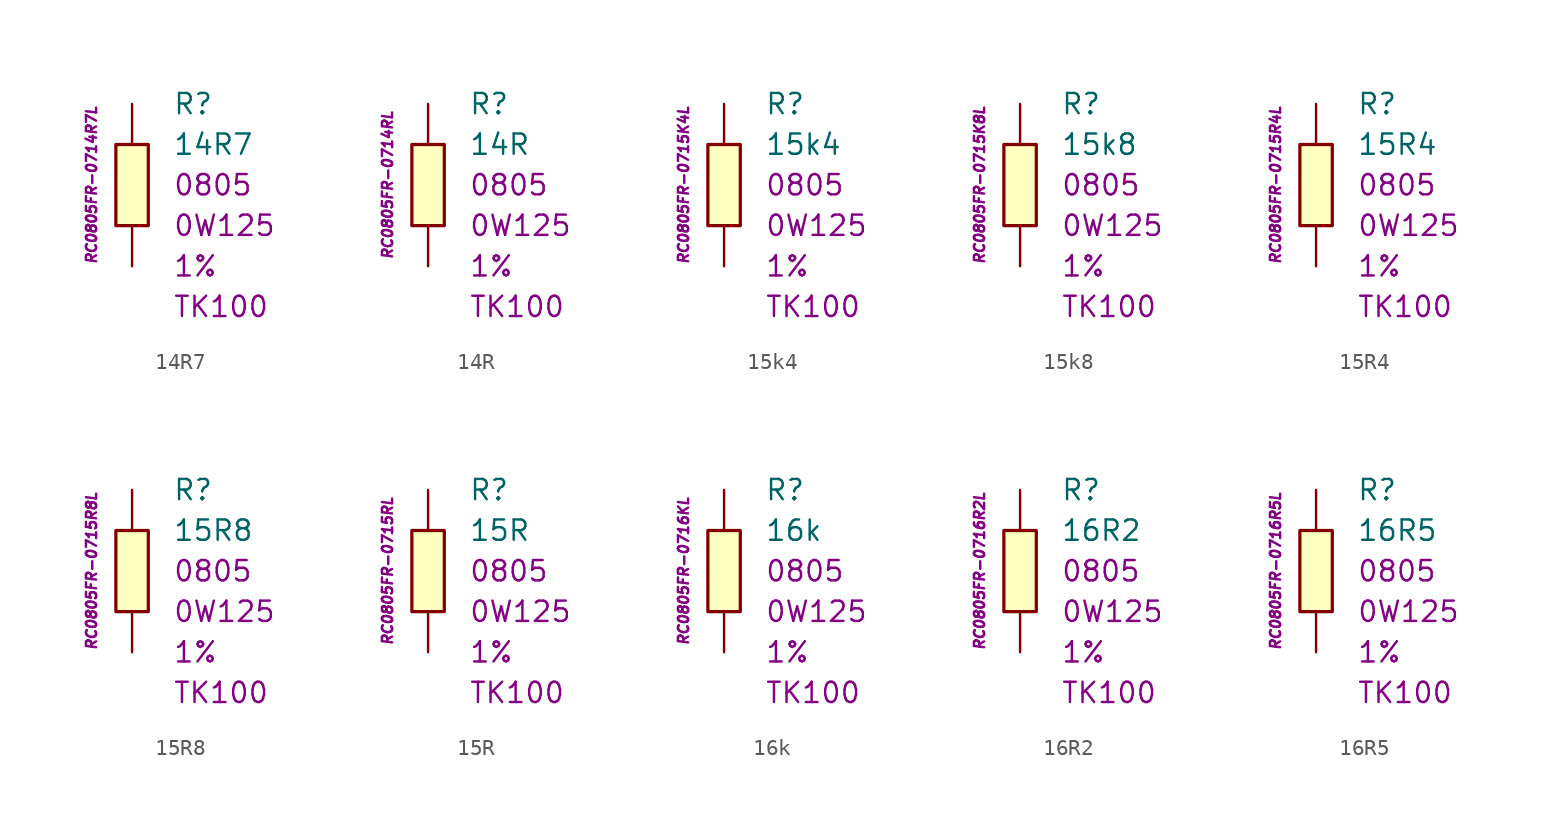
<source format=kicad_sym>
(kicad_symbol_lib
  (version 20201005)
  (generator kicad_symbol_editor)
  (symbol "14R7"
    (pin_numbers hide)
    (pin_names
      (offset 1.016) hide)
    (property "Reference" "R"
      (at 2.54 5.08 0)
      (effects (font (size 1.27 1.27)) (justify left)))
    (property "Value" "14R7"
      (at 2.54 2.54 0)
      (effects (font (size 1.27 1.27)) (justify left)))
    (property "Package" "0805"
      (at 2.54 0 0)
      (effects (font (size 1.27 1.27)) (justify left)))
    (property "Power" "0W125"
      (at 2.54 -2.54 0)
      (effects (font (size 1.27 1.27)) (justify left)))
    (property "Tolerance" "1%"
      (at 2.54 -5.08 0)
      (effects (font (size 1.27 1.27)) (justify left)))
    (property "TK" "TK100"
      (at 2.54 -7.62 0)
      (effects (font (size 1.27 1.27)) (justify left)))
    (property "ID" "RC0805FR-0714R7L"
      (at -2.54 0 90)
      (effects (font (size 0.635 0.635) italic)))
    (symbol "14R7_0_1"
      (rectangle (start -1.016 2.54) (end 1.016 -2.54) (stroke (width 0.203)) (fill (type background))))
    (symbol "14R7_1_1"
      (pin passive line (at 0 5.08 270) (length 2.54) (name "~" (effects (font (size 1.778 1.778)))) (number "1" (effects (font (size 1.778 1.778)))))
      (pin passive line (at 0 -5.08 90) (length 2.54) (name "~" (effects (font (size 1.778 1.778)))) (number "2" (effects (font (size 1.778 1.778)))))))
  (symbol "14R"
    (pin_numbers hide)
    (pin_names
      (offset 1.016) hide)
    (property "Reference" "R"
      (at 2.54 5.08 0)
      (effects (font (size 1.27 1.27)) (justify left)))
    (property "Value" "14R"
      (at 2.54 2.54 0)
      (effects (font (size 1.27 1.27)) (justify left)))
    (property "Package" "0805"
      (at 2.54 0 0)
      (effects (font (size 1.27 1.27)) (justify left)))
    (property "Power" "0W125"
      (at 2.54 -2.54 0)
      (effects (font (size 1.27 1.27)) (justify left)))
    (property "Tolerance" "1%"
      (at 2.54 -5.08 0)
      (effects (font (size 1.27 1.27)) (justify left)))
    (property "TK" "TK100"
      (at 2.54 -7.62 0)
      (effects (font (size 1.27 1.27)) (justify left)))
    (property "ID" "RC0805FR-0714RL"
      (at -2.54 0 90)
      (effects (font (size 0.635 0.635) italic)))
    (symbol "14R_0_1"
      (rectangle (start -1.016 2.54) (end 1.016 -2.54) (stroke (width 0.203)) (fill (type background))))
    (symbol "14R_1_1"
      (pin passive line (at 0 5.08 270) (length 2.54) (name "~" (effects (font (size 1.778 1.778)))) (number "1" (effects (font (size 1.778 1.778)))))
      (pin passive line (at 0 -5.08 90) (length 2.54) (name "~" (effects (font (size 1.778 1.778)))) (number "2" (effects (font (size 1.778 1.778)))))))
  (symbol "15k4"
    (pin_numbers hide)
    (pin_names
      (offset 1.016) hide)
    (property "Reference" "R"
      (at 2.54 5.08 0)
      (effects (font (size 1.27 1.27)) (justify left)))
    (property "Value" "15k4"
      (at 2.54 2.54 0)
      (effects (font (size 1.27 1.27)) (justify left)))
    (property "Package" "0805"
      (at 2.54 0 0)
      (effects (font (size 1.27 1.27)) (justify left)))
    (property "Power" "0W125"
      (at 2.54 -2.54 0)
      (effects (font (size 1.27 1.27)) (justify left)))
    (property "Tolerance" "1%"
      (at 2.54 -5.08 0)
      (effects (font (size 1.27 1.27)) (justify left)))
    (property "TK" "TK100"
      (at 2.54 -7.62 0)
      (effects (font (size 1.27 1.27)) (justify left)))
    (property "ID" "RC0805FR-0715K4L"
      (at -2.54 0 90)
      (effects (font (size 0.635 0.635) italic)))
    (symbol "15k4_0_1"
      (rectangle (start -1.016 2.54) (end 1.016 -2.54) (stroke (width 0.203)) (fill (type background))))
    (symbol "15k4_1_1"
      (pin passive line (at 0 5.08 270) (length 2.54) (name "~" (effects (font (size 1.778 1.778)))) (number "1" (effects (font (size 1.778 1.778)))))
      (pin passive line (at 0 -5.08 90) (length 2.54) (name "~" (effects (font (size 1.778 1.778)))) (number "2" (effects (font (size 1.778 1.778)))))))
  (symbol "15k8"
    (pin_numbers hide)
    (pin_names
      (offset 1.016) hide)
    (property "Reference" "R"
      (at 2.54 5.08 0)
      (effects (font (size 1.27 1.27)) (justify left)))
    (property "Value" "15k8"
      (at 2.54 2.54 0)
      (effects (font (size 1.27 1.27)) (justify left)))
    (property "Package" "0805"
      (at 2.54 0 0)
      (effects (font (size 1.27 1.27)) (justify left)))
    (property "Power" "0W125"
      (at 2.54 -2.54 0)
      (effects (font (size 1.27 1.27)) (justify left)))
    (property "Tolerance" "1%"
      (at 2.54 -5.08 0)
      (effects (font (size 1.27 1.27)) (justify left)))
    (property "TK" "TK100"
      (at 2.54 -7.62 0)
      (effects (font (size 1.27 1.27)) (justify left)))
    (property "ID" "RC0805FR-0715K8L"
      (at -2.54 0 90)
      (effects (font (size 0.635 0.635) italic)))
    (symbol "15k8_0_1"
      (rectangle (start -1.016 2.54) (end 1.016 -2.54) (stroke (width 0.203)) (fill (type background))))
    (symbol "15k8_1_1"
      (pin passive line (at 0 5.08 270) (length 2.54) (name "~" (effects (font (size 1.778 1.778)))) (number "1" (effects (font (size 1.778 1.778)))))
      (pin passive line (at 0 -5.08 90) (length 2.54) (name "~" (effects (font (size 1.778 1.778)))) (number "2" (effects (font (size 1.778 1.778)))))))
  (symbol "15R4"
    (pin_numbers hide)
    (pin_names
      (offset 1.016) hide)
    (property "Reference" "R"
      (at 2.54 5.08 0)
      (effects (font (size 1.27 1.27)) (justify left)))
    (property "Value" "15R4"
      (at 2.54 2.54 0)
      (effects (font (size 1.27 1.27)) (justify left)))
    (property "Package" "0805"
      (at 2.54 0 0)
      (effects (font (size 1.27 1.27)) (justify left)))
    (property "Power" "0W125"
      (at 2.54 -2.54 0)
      (effects (font (size 1.27 1.27)) (justify left)))
    (property "Tolerance" "1%"
      (at 2.54 -5.08 0)
      (effects (font (size 1.27 1.27)) (justify left)))
    (property "TK" "TK100"
      (at 2.54 -7.62 0)
      (effects (font (size 1.27 1.27)) (justify left)))
    (property "ID" "RC0805FR-0715R4L"
      (at -2.54 0 90)
      (effects (font (size 0.635 0.635) italic)))
    (symbol "15R4_0_1"
      (rectangle (start -1.016 2.54) (end 1.016 -2.54) (stroke (width 0.203)) (fill (type background))))
    (symbol "15R4_1_1"
      (pin passive line (at 0 5.08 270) (length 2.54) (name "~" (effects (font (size 1.778 1.778)))) (number "1" (effects (font (size 1.778 1.778)))))
      (pin passive line (at 0 -5.08 90) (length 2.54) (name "~" (effects (font (size 1.778 1.778)))) (number "2" (effects (font (size 1.778 1.778)))))))
  (symbol "15R8"
    (pin_numbers hide)
    (pin_names
      (offset 1.016) hide)
    (property "Reference" "R"
      (at 2.54 5.08 0)
      (effects (font (size 1.27 1.27)) (justify left)))
    (property "Value" "15R8"
      (at 2.54 2.54 0)
      (effects (font (size 1.27 1.27)) (justify left)))
    (property "Package" "0805"
      (at 2.54 0 0)
      (effects (font (size 1.27 1.27)) (justify left)))
    (property "Power" "0W125"
      (at 2.54 -2.54 0)
      (effects (font (size 1.27 1.27)) (justify left)))
    (property "Tolerance" "1%"
      (at 2.54 -5.08 0)
      (effects (font (size 1.27 1.27)) (justify left)))
    (property "TK" "TK100"
      (at 2.54 -7.62 0)
      (effects (font (size 1.27 1.27)) (justify left)))
    (property "ID" "RC0805FR-0715R8L"
      (at -2.54 0 90)
      (effects (font (size 0.635 0.635) italic)))
    (symbol "15R8_0_1"
      (rectangle (start -1.016 2.54) (end 1.016 -2.54) (stroke (width 0.203)) (fill (type background))))
    (symbol "15R8_1_1"
      (pin passive line (at 0 5.08 270) (length 2.54) (name "~" (effects (font (size 1.778 1.778)))) (number "1" (effects (font (size 1.778 1.778)))))
      (pin passive line (at 0 -5.08 90) (length 2.54) (name "~" (effects (font (size 1.778 1.778)))) (number "2" (effects (font (size 1.778 1.778)))))))
  (symbol "15R"
    (pin_numbers hide)
    (pin_names
      (offset 1.016) hide)
    (property "Reference" "R"
      (at 2.54 5.08 0)
      (effects (font (size 1.27 1.27)) (justify left)))
    (property "Value" "15R"
      (at 2.54 2.54 0)
      (effects (font (size 1.27 1.27)) (justify left)))
    (property "Package" "0805"
      (at 2.54 0 0)
      (effects (font (size 1.27 1.27)) (justify left)))
    (property "Power" "0W125"
      (at 2.54 -2.54 0)
      (effects (font (size 1.27 1.27)) (justify left)))
    (property "Tolerance" "1%"
      (at 2.54 -5.08 0)
      (effects (font (size 1.27 1.27)) (justify left)))
    (property "TK" "TK100"
      (at 2.54 -7.62 0)
      (effects (font (size 1.27 1.27)) (justify left)))
    (property "ID" "RC0805FR-0715RL"
      (at -2.54 0 90)
      (effects (font (size 0.635 0.635) italic)))
    (symbol "15R_0_1"
      (rectangle (start -1.016 2.54) (end 1.016 -2.54) (stroke (width 0.203)) (fill (type background))))
    (symbol "15R_1_1"
      (pin passive line (at 0 5.08 270) (length 2.54) (name "~" (effects (font (size 1.778 1.778)))) (number "1" (effects (font (size 1.778 1.778)))))
      (pin passive line (at 0 -5.08 90) (length 2.54) (name "~" (effects (font (size 1.778 1.778)))) (number "2" (effects (font (size 1.778 1.778)))))))
  (symbol "16k"
    (pin_numbers hide)
    (pin_names
      (offset 1.016) hide)
    (property "Reference" "R"
      (at 2.54 5.08 0)
      (effects (font (size 1.27 1.27)) (justify left)))
    (property "Value" "16k"
      (at 2.54 2.54 0)
      (effects (font (size 1.27 1.27)) (justify left)))
    (property "Package" "0805"
      (at 2.54 0 0)
      (effects (font (size 1.27 1.27)) (justify left)))
    (property "Power" "0W125"
      (at 2.54 -2.54 0)
      (effects (font (size 1.27 1.27)) (justify left)))
    (property "Tolerance" "1%"
      (at 2.54 -5.08 0)
      (effects (font (size 1.27 1.27)) (justify left)))
    (property "TK" "TK100"
      (at 2.54 -7.62 0)
      (effects (font (size 1.27 1.27)) (justify left)))
    (property "ID" "RC0805FR-0716KL"
      (at -2.54 0 90)
      (effects (font (size 0.635 0.635) italic)))
    (symbol "16k_0_1"
      (rectangle (start -1.016 2.54) (end 1.016 -2.54) (stroke (width 0.203)) (fill (type background))))
    (symbol "16k_1_1"
      (pin passive line (at 0 5.08 270) (length 2.54) (name "~" (effects (font (size 1.778 1.778)))) (number "1" (effects (font (size 1.778 1.778)))))
      (pin passive line (at 0 -5.08 90) (length 2.54) (name "~" (effects (font (size 1.778 1.778)))) (number "2" (effects (font (size 1.778 1.778)))))))
  (symbol "16R2"
    (pin_numbers hide)
    (pin_names
      (offset 1.016) hide)
    (property "Reference" "R"
      (at 2.54 5.08 0)
      (effects (font (size 1.27 1.27)) (justify left)))
    (property "Value" "16R2"
      (at 2.54 2.54 0)
      (effects (font (size 1.27 1.27)) (justify left)))
    (property "Package" "0805"
      (at 2.54 0 0)
      (effects (font (size 1.27 1.27)) (justify left)))
    (property "Power" "0W125"
      (at 2.54 -2.54 0)
      (effects (font (size 1.27 1.27)) (justify left)))
    (property "Tolerance" "1%"
      (at 2.54 -5.08 0)
      (effects (font (size 1.27 1.27)) (justify left)))
    (property "TK" "TK100"
      (at 2.54 -7.62 0)
      (effects (font (size 1.27 1.27)) (justify left)))
    (property "ID" "RC0805FR-0716R2L"
      (at -2.54 0 90)
      (effects (font (size 0.635 0.635) italic)))
    (symbol "16R2_0_1"
      (rectangle (start -1.016 2.54) (end 1.016 -2.54) (stroke (width 0.203)) (fill (type background))))
    (symbol "16R2_1_1"
      (pin passive line (at 0 5.08 270) (length 2.54) (name "~" (effects (font (size 1.778 1.778)))) (number "1" (effects (font (size 1.778 1.778)))))
      (pin passive line (at 0 -5.08 90) (length 2.54) (name "~" (effects (font (size 1.778 1.778)))) (number "2" (effects (font (size 1.778 1.778)))))))
  (symbol "16R5"
    (pin_numbers hide)
    (pin_names
      (offset 1.016) hide)
    (property "Reference" "R"
      (at 2.54 5.08 0)
      (effects (font (size 1.27 1.27)) (justify left)))
    (property "Value" "16R5"
      (at 2.54 2.54 0)
      (effects (font (size 1.27 1.27)) (justify left)))
    (property "Package" "0805"
      (at 2.54 0 0)
      (effects (font (size 1.27 1.27)) (justify left)))
    (property "Power" "0W125"
      (at 2.54 -2.54 0)
      (effects (font (size 1.27 1.27)) (justify left)))
    (property "Tolerance" "1%"
      (at 2.54 -5.08 0)
      (effects (font (size 1.27 1.27)) (justify left)))
    (property "TK" "TK100"
      (at 2.54 -7.62 0)
      (effects (font (size 1.27 1.27)) (justify left)))
    (property "ID" "RC0805FR-0716R5L"
      (at -2.54 0 90)
      (effects (font (size 0.635 0.635) italic)))
    (symbol "16R5_0_1"
      (rectangle (start -1.016 2.54) (end 1.016 -2.54) (stroke (width 0.203)) (fill (type background))))
    (symbol "16R5_1_1"
      (pin passive line (at 0 5.08 270) (length 2.54) (name "~" (effects (font (size 1.778 1.778)))) (number "1" (effects (font (size 1.778 1.778)))))
      (pin passive line (at 0 -5.08 90) (length 2.54) (name "~" (effects (font (size 1.778 1.778)))) (number "2" (effects (font (size 1.778 1.778))))))))
</source>
